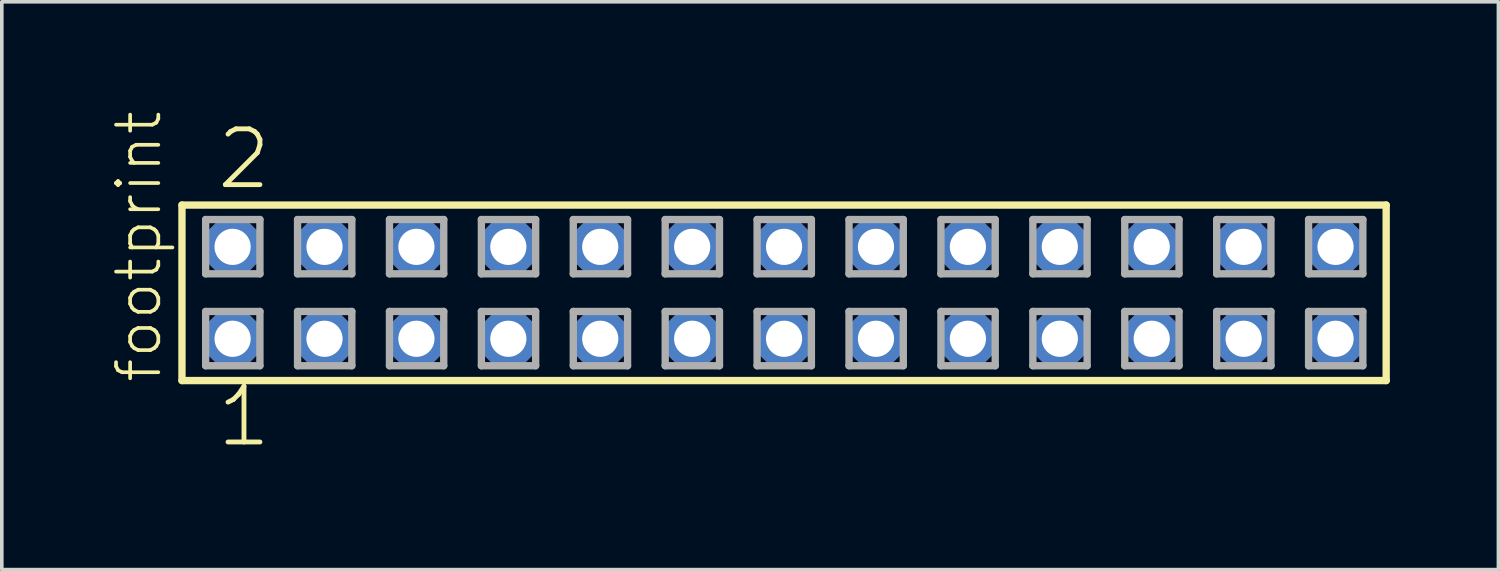
<source format=kicad_pcb>
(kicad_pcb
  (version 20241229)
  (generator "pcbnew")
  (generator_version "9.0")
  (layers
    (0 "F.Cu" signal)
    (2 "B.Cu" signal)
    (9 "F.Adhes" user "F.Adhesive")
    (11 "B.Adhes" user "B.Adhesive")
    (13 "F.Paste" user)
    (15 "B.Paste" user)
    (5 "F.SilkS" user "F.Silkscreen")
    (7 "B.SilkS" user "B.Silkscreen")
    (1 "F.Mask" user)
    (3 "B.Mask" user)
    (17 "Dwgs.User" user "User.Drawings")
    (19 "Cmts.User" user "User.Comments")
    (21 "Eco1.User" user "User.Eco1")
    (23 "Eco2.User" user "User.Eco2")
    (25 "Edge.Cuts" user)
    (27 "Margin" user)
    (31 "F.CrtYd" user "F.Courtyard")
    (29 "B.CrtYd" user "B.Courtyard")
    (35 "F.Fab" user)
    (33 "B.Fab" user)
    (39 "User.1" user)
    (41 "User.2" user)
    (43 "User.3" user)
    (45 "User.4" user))
  (footprint "footprint"
    (layer "F.Cu")
    (at 18.618 5.042)
    (property "Reference" "footprint" (at -17.145 2.54 90) (layer "F.SilkS") (effects (font (size 1.168 1.168) (thickness 0.102)) (justify left bottom)))
    (fp_line (start -16.639 -2.425) (end 16.639 -2.425) (stroke (width 0.203) (type solid)) (layer "F.SilkS"))
    (fp_line (start -16.639 2.425) (end -16.639 -2.425) (stroke (width 0.203) (type solid)) (layer "F.SilkS"))
    (fp_line (start 16.639 -2.425) (end 16.639 2.425) (stroke (width 0.203) (type solid)) (layer "F.SilkS"))
    (fp_line (start 16.639 2.425) (end -16.639 2.425) (stroke (width 0.203) (type solid)) (layer "F.SilkS"))
    (fp_line (start -15.985 -2.025) (end -14.485 -2.025) (stroke (width 0.203) (type solid)) (layer "F.Fab"))
    (fp_line (start -15.985 -0.525) (end -15.985 -2.025) (stroke (width 0.203) (type solid)) (layer "F.Fab"))
    (fp_line (start -15.985 0.515) (end -14.485 0.515) (stroke (width 0.203) (type solid)) (layer "F.Fab"))
    (fp_line (start -15.985 2.015) (end -15.985 0.515) (stroke (width 0.203) (type solid)) (layer "F.Fab"))
    (fp_line (start -14.485 -2.025) (end -14.485 -0.525) (stroke (width 0.203) (type solid)) (layer "F.Fab"))
    (fp_line (start -14.485 -0.525) (end -15.985 -0.525) (stroke (width 0.203) (type solid)) (layer "F.Fab"))
    (fp_line (start -14.485 0.515) (end -14.485 2.015) (stroke (width 0.203) (type solid)) (layer "F.Fab"))
    (fp_line (start -14.485 2.015) (end -15.985 2.015) (stroke (width 0.203) (type solid)) (layer "F.Fab"))
    (fp_line (start -13.445 -2.025) (end -11.945 -2.025) (stroke (width 0.203) (type solid)) (layer "F.Fab"))
    (fp_line (start -13.445 -0.525) (end -13.445 -2.025) (stroke (width 0.203) (type solid)) (layer "F.Fab"))
    (fp_line (start -13.445 0.515) (end -11.945 0.515) (stroke (width 0.203) (type solid)) (layer "F.Fab"))
    (fp_line (start -13.445 2.015) (end -13.445 0.515) (stroke (width 0.203) (type solid)) (layer "F.Fab"))
    (fp_line (start -11.945 -2.025) (end -11.945 -0.525) (stroke (width 0.203) (type solid)) (layer "F.Fab"))
    (fp_line (start -11.945 -0.525) (end -13.445 -0.525) (stroke (width 0.203) (type solid)) (layer "F.Fab"))
    (fp_line (start -11.945 0.515) (end -11.945 2.015) (stroke (width 0.203) (type solid)) (layer "F.Fab"))
    (fp_line (start -11.945 2.015) (end -13.445 2.015) (stroke (width 0.203) (type solid)) (layer "F.Fab"))
    (fp_line (start -10.905 -2.025) (end -9.405 -2.025) (stroke (width 0.203) (type solid)) (layer "F.Fab"))
    (fp_line (start -10.905 -0.525) (end -10.905 -2.025) (stroke (width 0.203) (type solid)) (layer "F.Fab"))
    (fp_line (start -10.905 0.515) (end -9.405 0.515) (stroke (width 0.203) (type solid)) (layer "F.Fab"))
    (fp_line (start -10.905 2.015) (end -10.905 0.515) (stroke (width 0.203) (type solid)) (layer "F.Fab"))
    (fp_line (start -9.405 -2.025) (end -9.405 -0.525) (stroke (width 0.203) (type solid)) (layer "F.Fab"))
    (fp_line (start -9.405 -0.525) (end -10.905 -0.525) (stroke (width 0.203) (type solid)) (layer "F.Fab"))
    (fp_line (start -9.405 0.515) (end -9.405 2.015) (stroke (width 0.203) (type solid)) (layer "F.Fab"))
    (fp_line (start -9.405 2.015) (end -10.905 2.015) (stroke (width 0.203) (type solid)) (layer "F.Fab"))
    (fp_line (start -8.365 -2.025) (end -6.865 -2.025) (stroke (width 0.203) (type solid)) (layer "F.Fab"))
    (fp_line (start -8.365 -0.525) (end -8.365 -2.025) (stroke (width 0.203) (type solid)) (layer "F.Fab"))
    (fp_line (start -8.365 0.515) (end -6.865 0.515) (stroke (width 0.203) (type solid)) (layer "F.Fab"))
    (fp_line (start -8.365 2.015) (end -8.365 0.515) (stroke (width 0.203) (type solid)) (layer "F.Fab"))
    (fp_line (start -6.865 -2.025) (end -6.865 -0.525) (stroke (width 0.203) (type solid)) (layer "F.Fab"))
    (fp_line (start -6.865 -0.525) (end -8.365 -0.525) (stroke (width 0.203) (type solid)) (layer "F.Fab"))
    (fp_line (start -6.865 0.515) (end -6.865 2.015) (stroke (width 0.203) (type solid)) (layer "F.Fab"))
    (fp_line (start -6.865 2.015) (end -8.365 2.015) (stroke (width 0.203) (type solid)) (layer "F.Fab"))
    (fp_line (start -5.825 -2.025) (end -4.325 -2.025) (stroke (width 0.203) (type solid)) (layer "F.Fab"))
    (fp_line (start -5.825 -0.525) (end -5.825 -2.025) (stroke (width 0.203) (type solid)) (layer "F.Fab"))
    (fp_line (start -5.825 0.515) (end -4.325 0.515) (stroke (width 0.203) (type solid)) (layer "F.Fab"))
    (fp_line (start -5.825 2.015) (end -5.825 0.515) (stroke (width 0.203) (type solid)) (layer "F.Fab"))
    (fp_line (start -4.325 -2.025) (end -4.325 -0.525) (stroke (width 0.203) (type solid)) (layer "F.Fab"))
    (fp_line (start -4.325 -0.525) (end -5.825 -0.525) (stroke (width 0.203) (type solid)) (layer "F.Fab"))
    (fp_line (start -4.325 0.515) (end -4.325 2.015) (stroke (width 0.203) (type solid)) (layer "F.Fab"))
    (fp_line (start -4.325 2.015) (end -5.825 2.015) (stroke (width 0.203) (type solid)) (layer "F.Fab"))
    (fp_line (start -3.285 -2.025) (end -1.785 -2.025) (stroke (width 0.203) (type solid)) (layer "F.Fab"))
    (fp_line (start -3.285 -0.525) (end -3.285 -2.025) (stroke (width 0.203) (type solid)) (layer "F.Fab"))
    (fp_line (start -3.285 0.515) (end -1.785 0.515) (stroke (width 0.203) (type solid)) (layer "F.Fab"))
    (fp_line (start -3.285 2.015) (end -3.285 0.515) (stroke (width 0.203) (type solid)) (layer "F.Fab"))
    (fp_line (start -1.785 -2.025) (end -1.785 -0.525) (stroke (width 0.203) (type solid)) (layer "F.Fab"))
    (fp_line (start -1.785 -0.525) (end -3.285 -0.525) (stroke (width 0.203) (type solid)) (layer "F.Fab"))
    (fp_line (start -1.785 0.515) (end -1.785 2.015) (stroke (width 0.203) (type solid)) (layer "F.Fab"))
    (fp_line (start -1.785 2.015) (end -3.285 2.015) (stroke (width 0.203) (type solid)) (layer "F.Fab"))
    (fp_line (start -0.745 -2.025) (end 0.755 -2.025) (stroke (width 0.203) (type solid)) (layer "F.Fab"))
    (fp_line (start -0.745 -0.525) (end -0.745 -2.025) (stroke (width 0.203) (type solid)) (layer "F.Fab"))
    (fp_line (start -0.745 0.515) (end 0.755 0.515) (stroke (width 0.203) (type solid)) (layer "F.Fab"))
    (fp_line (start -0.745 2.015) (end -0.745 0.515) (stroke (width 0.203) (type solid)) (layer "F.Fab"))
    (fp_line (start 0.755 -2.025) (end 0.755 -0.525) (stroke (width 0.203) (type solid)) (layer "F.Fab"))
    (fp_line (start 0.755 -0.525) (end -0.745 -0.525) (stroke (width 0.203) (type solid)) (layer "F.Fab"))
    (fp_line (start 0.755 0.515) (end 0.755 2.015) (stroke (width 0.203) (type solid)) (layer "F.Fab"))
    (fp_line (start 0.755 2.015) (end -0.745 2.015) (stroke (width 0.203) (type solid)) (layer "F.Fab"))
    (fp_line (start 1.795 -2.025) (end 3.295 -2.025) (stroke (width 0.203) (type solid)) (layer "F.Fab"))
    (fp_line (start 1.795 -0.525) (end 1.795 -2.025) (stroke (width 0.203) (type solid)) (layer "F.Fab"))
    (fp_line (start 1.795 0.515) (end 3.295 0.515) (stroke (width 0.203) (type solid)) (layer "F.Fab"))
    (fp_line (start 1.795 2.015) (end 1.795 0.515) (stroke (width 0.203) (type solid)) (layer "F.Fab"))
    (fp_line (start 3.295 -2.025) (end 3.295 -0.525) (stroke (width 0.203) (type solid)) (layer "F.Fab"))
    (fp_line (start 3.295 -0.525) (end 1.795 -0.525) (stroke (width 0.203) (type solid)) (layer "F.Fab"))
    (fp_line (start 3.295 0.515) (end 3.295 2.015) (stroke (width 0.203) (type solid)) (layer "F.Fab"))
    (fp_line (start 3.295 2.015) (end 1.795 2.015) (stroke (width 0.203) (type solid)) (layer "F.Fab"))
    (fp_line (start 4.335 -2.025) (end 5.835 -2.025) (stroke (width 0.203) (type solid)) (layer "F.Fab"))
    (fp_line (start 4.335 -0.525) (end 4.335 -2.025) (stroke (width 0.203) (type solid)) (layer "F.Fab"))
    (fp_line (start 4.335 0.515) (end 5.835 0.515) (stroke (width 0.203) (type solid)) (layer "F.Fab"))
    (fp_line (start 4.335 2.015) (end 4.335 0.515) (stroke (width 0.203) (type solid)) (layer "F.Fab"))
    (fp_line (start 5.835 -2.025) (end 5.835 -0.525) (stroke (width 0.203) (type solid)) (layer "F.Fab"))
    (fp_line (start 5.835 -0.525) (end 4.335 -0.525) (stroke (width 0.203) (type solid)) (layer "F.Fab"))
    (fp_line (start 5.835 0.515) (end 5.835 2.015) (stroke (width 0.203) (type solid)) (layer "F.Fab"))
    (fp_line (start 5.835 2.015) (end 4.335 2.015) (stroke (width 0.203) (type solid)) (layer "F.Fab"))
    (fp_line (start 6.875 -2.025) (end 8.375 -2.025) (stroke (width 0.203) (type solid)) (layer "F.Fab"))
    (fp_line (start 6.875 -0.525) (end 6.875 -2.025) (stroke (width 0.203) (type solid)) (layer "F.Fab"))
    (fp_line (start 6.875 0.515) (end 8.375 0.515) (stroke (width 0.203) (type solid)) (layer "F.Fab"))
    (fp_line (start 6.875 2.015) (end 6.875 0.515) (stroke (width 0.203) (type solid)) (layer "F.Fab"))
    (fp_line (start 8.375 -2.025) (end 8.375 -0.525) (stroke (width 0.203) (type solid)) (layer "F.Fab"))
    (fp_line (start 8.375 -0.525) (end 6.875 -0.525) (stroke (width 0.203) (type solid)) (layer "F.Fab"))
    (fp_line (start 8.375 0.515) (end 8.375 2.015) (stroke (width 0.203) (type solid)) (layer "F.Fab"))
    (fp_line (start 8.375 2.015) (end 6.875 2.015) (stroke (width 0.203) (type solid)) (layer "F.Fab"))
    (fp_line (start 9.415 -2.025) (end 10.915 -2.025) (stroke (width 0.203) (type solid)) (layer "F.Fab"))
    (fp_line (start 9.415 -0.525) (end 9.415 -2.025) (stroke (width 0.203) (type solid)) (layer "F.Fab"))
    (fp_line (start 9.415 0.515) (end 10.915 0.515) (stroke (width 0.203) (type solid)) (layer "F.Fab"))
    (fp_line (start 9.415 2.015) (end 9.415 0.515) (stroke (width 0.203) (type solid)) (layer "F.Fab"))
    (fp_line (start 10.915 -2.025) (end 10.915 -0.525) (stroke (width 0.203) (type solid)) (layer "F.Fab"))
    (fp_line (start 10.915 -0.525) (end 9.415 -0.525) (stroke (width 0.203) (type solid)) (layer "F.Fab"))
    (fp_line (start 10.915 0.515) (end 10.915 2.015) (stroke (width 0.203) (type solid)) (layer "F.Fab"))
    (fp_line (start 10.915 2.015) (end 9.415 2.015) (stroke (width 0.203) (type solid)) (layer "F.Fab"))
    (fp_line (start 11.955 -2.025) (end 13.455 -2.025) (stroke (width 0.203) (type solid)) (layer "F.Fab"))
    (fp_line (start 11.955 -0.525) (end 11.955 -2.025) (stroke (width 0.203) (type solid)) (layer "F.Fab"))
    (fp_line (start 11.955 0.515) (end 13.455 0.515) (stroke (width 0.203) (type solid)) (layer "F.Fab"))
    (fp_line (start 11.955 2.015) (end 11.955 0.515) (stroke (width 0.203) (type solid)) (layer "F.Fab"))
    (fp_line (start 13.455 -2.025) (end 13.455 -0.525) (stroke (width 0.203) (type solid)) (layer "F.Fab"))
    (fp_line (start 13.455 -0.525) (end 11.955 -0.525) (stroke (width 0.203) (type solid)) (layer "F.Fab"))
    (fp_line (start 13.455 0.515) (end 13.455 2.015) (stroke (width 0.203) (type solid)) (layer "F.Fab"))
    (fp_line (start 13.455 2.015) (end 11.955 2.015) (stroke (width 0.203) (type solid)) (layer "F.Fab"))
    (fp_line (start 14.495 -2.025) (end 15.995 -2.025) (stroke (width 0.203) (type solid)) (layer "F.Fab"))
    (fp_line (start 14.495 -0.525) (end 14.495 -2.025) (stroke (width 0.203) (type solid)) (layer "F.Fab"))
    (fp_line (start 14.495 0.515) (end 15.995 0.515) (stroke (width 0.203) (type solid)) (layer "F.Fab"))
    (fp_line (start 14.495 2.015) (end 14.495 0.515) (stroke (width 0.203) (type solid)) (layer "F.Fab"))
    (fp_line (start 15.995 -2.025) (end 15.995 -0.525) (stroke (width 0.203) (type solid)) (layer "F.Fab"))
    (fp_line (start 15.995 -0.525) (end 14.495 -0.525) (stroke (width 0.203) (type solid)) (layer "F.Fab"))
    (fp_line (start 15.995 0.515) (end 15.995 2.015) (stroke (width 0.203) (type solid)) (layer "F.Fab"))
    (fp_line (start 15.995 2.015) (end 14.495 2.015) (stroke (width 0.203) (type solid)) (layer "F.Fab"))
    (fp_text user "1" (at -15.748 4.318 0) (layer "F.SilkS") (effects (font (size 1.542 1.542) (thickness 0.134)) (justify left bottom)))
    (fp_text user "2" (at -15.748 -2.794 0) (layer "F.SilkS") (effects (font (size 1.542 1.542) (thickness 0.134)) (justify left bottom)))
    (pad "1" thru_hole roundrect (at -15.24 1.27) (size 1.5 1.5) (drill 1) (layers "*.Cu" "*.Mask") (roundrect_rratio 0.25) (chamfer_ratio 0.25) (chamfer top_left top_right bottom_left bottom_right))
    (pad "2" thru_hole roundrect (at -15.24 -1.27) (size 1.5 1.5) (drill 1) (layers "*.Cu" "*.Mask") (roundrect_rratio 0.25) (chamfer_ratio 0.25) (chamfer top_left top_right bottom_left bottom_right))
    (pad "3" thru_hole roundrect (at -12.7 1.27) (size 1.5 1.5) (drill 1) (layers "*.Cu" "*.Mask") (roundrect_rratio 0.25) (chamfer_ratio 0.25) (chamfer top_left top_right bottom_left bottom_right))
    (pad "4" thru_hole roundrect (at -12.7 -1.27) (size 1.5 1.5) (drill 1) (layers "*.Cu" "*.Mask") (roundrect_rratio 0.25) (chamfer_ratio 0.25) (chamfer top_left top_right bottom_left bottom_right))
    (pad "5" thru_hole roundrect (at -10.16 1.27) (size 1.5 1.5) (drill 1) (layers "*.Cu" "*.Mask") (roundrect_rratio 0.25) (chamfer_ratio 0.25) (chamfer top_left top_right bottom_left bottom_right))
    (pad "6" thru_hole roundrect (at -10.16 -1.27) (size 1.5 1.5) (drill 1) (layers "*.Cu" "*.Mask") (roundrect_rratio 0.25) (chamfer_ratio 0.25) (chamfer top_left top_right bottom_left bottom_right))
    (pad "7" thru_hole roundrect (at -7.62 1.27) (size 1.5 1.5) (drill 1) (layers "*.Cu" "*.Mask") (roundrect_rratio 0.25) (chamfer_ratio 0.25) (chamfer top_left top_right bottom_left bottom_right))
    (pad "8" thru_hole roundrect (at -7.62 -1.27) (size 1.5 1.5) (drill 1) (layers "*.Cu" "*.Mask") (roundrect_rratio 0.25) (chamfer_ratio 0.25) (chamfer top_left top_right bottom_left bottom_right))
    (pad "9" thru_hole roundrect (at -5.08 1.27) (size 1.5 1.5) (drill 1) (layers "*.Cu" "*.Mask") (roundrect_rratio 0.25) (chamfer_ratio 0.25) (chamfer top_left top_right bottom_left bottom_right))
    (pad "10" thru_hole roundrect (at -5.08 -1.27) (size 1.5 1.5) (drill 1) (layers "*.Cu" "*.Mask") (roundrect_rratio 0.25) (chamfer_ratio 0.25) (chamfer top_left top_right bottom_left bottom_right))
    (pad "11" thru_hole roundrect (at -2.54 1.27) (size 1.5 1.5) (drill 1) (layers "*.Cu" "*.Mask") (roundrect_rratio 0.25) (chamfer_ratio 0.25) (chamfer top_left top_right bottom_left bottom_right))
    (pad "12" thru_hole roundrect (at -2.54 -1.27) (size 1.5 1.5) (drill 1) (layers "*.Cu" "*.Mask") (roundrect_rratio 0.25) (chamfer_ratio 0.25) (chamfer top_left top_right bottom_left bottom_right))
    (pad "13" thru_hole roundrect (at 0 1.27) (size 1.5 1.5) (drill 1) (layers "*.Cu" "*.Mask") (roundrect_rratio 0.25) (chamfer_ratio 0.25) (chamfer top_left top_right bottom_left bottom_right))
    (pad "14" thru_hole roundrect (at 0 -1.27) (size 1.5 1.5) (drill 1) (layers "*.Cu" "*.Mask") (roundrect_rratio 0.25) (chamfer_ratio 0.25) (chamfer top_left top_right bottom_left bottom_right))
    (pad "15" thru_hole roundrect (at 2.54 1.27) (size 1.5 1.5) (drill 1) (layers "*.Cu" "*.Mask") (roundrect_rratio 0.25) (chamfer_ratio 0.25) (chamfer top_left top_right bottom_left bottom_right))
    (pad "16" thru_hole roundrect (at 2.54 -1.27) (size 1.5 1.5) (drill 1) (layers "*.Cu" "*.Mask") (roundrect_rratio 0.25) (chamfer_ratio 0.25) (chamfer top_left top_right bottom_left bottom_right))
    (pad "17" thru_hole roundrect (at 5.08 1.27) (size 1.5 1.5) (drill 1) (layers "*.Cu" "*.Mask") (roundrect_rratio 0.25) (chamfer_ratio 0.25) (chamfer top_left top_right bottom_left bottom_right))
    (pad "18" thru_hole roundrect (at 5.08 -1.27) (size 1.5 1.5) (drill 1) (layers "*.Cu" "*.Mask") (roundrect_rratio 0.25) (chamfer_ratio 0.25) (chamfer top_left top_right bottom_left bottom_right))
    (pad "19" thru_hole roundrect (at 7.62 1.27) (size 1.5 1.5) (drill 1) (layers "*.Cu" "*.Mask") (roundrect_rratio 0.25) (chamfer_ratio 0.25) (chamfer top_left top_right bottom_left bottom_right))
    (pad "20" thru_hole roundrect (at 7.62 -1.27) (size 1.5 1.5) (drill 1) (layers "*.Cu" "*.Mask") (roundrect_rratio 0.25) (chamfer_ratio 0.25) (chamfer top_left top_right bottom_left bottom_right))
    (pad "21" thru_hole roundrect (at 10.16 1.27) (size 1.5 1.5) (drill 1) (layers "*.Cu" "*.Mask") (roundrect_rratio 0.25) (chamfer_ratio 0.25) (chamfer top_left top_right bottom_left bottom_right))
    (pad "22" thru_hole roundrect (at 10.16 -1.27) (size 1.5 1.5) (drill 1) (layers "*.Cu" "*.Mask") (roundrect_rratio 0.25) (chamfer_ratio 0.25) (chamfer top_left top_right bottom_left bottom_right))
    (pad "23" thru_hole roundrect (at 12.7 1.27) (size 1.5 1.5) (drill 1) (layers "*.Cu" "*.Mask") (roundrect_rratio 0.25) (chamfer_ratio 0.25) (chamfer top_left top_right bottom_left bottom_right))
    (pad "24" thru_hole roundrect (at 12.7 -1.27) (size 1.5 1.5) (drill 1) (layers "*.Cu" "*.Mask") (roundrect_rratio 0.25) (chamfer_ratio 0.25) (chamfer top_left top_right bottom_left bottom_right))
    (pad "25" thru_hole roundrect (at 15.24 1.27) (size 1.5 1.5) (drill 1) (layers "*.Cu" "*.Mask") (roundrect_rratio 0.25) (chamfer_ratio 0.25) (chamfer top_left top_right bottom_left bottom_right))
    (pad "26" thru_hole roundrect (at 15.24 -1.27) (size 1.5 1.5) (drill 1) (layers "*.Cu" "*.Mask") (roundrect_rratio 0.25) (chamfer_ratio 0.25) (chamfer top_left top_right bottom_left bottom_right)))
  (gr_rect
    (start -3 -3)
    (end 38.359 12.691)
    (stroke (width 0.1) (type default))
    (fill no)
    (layer "Edge.Cuts")))
</source>
